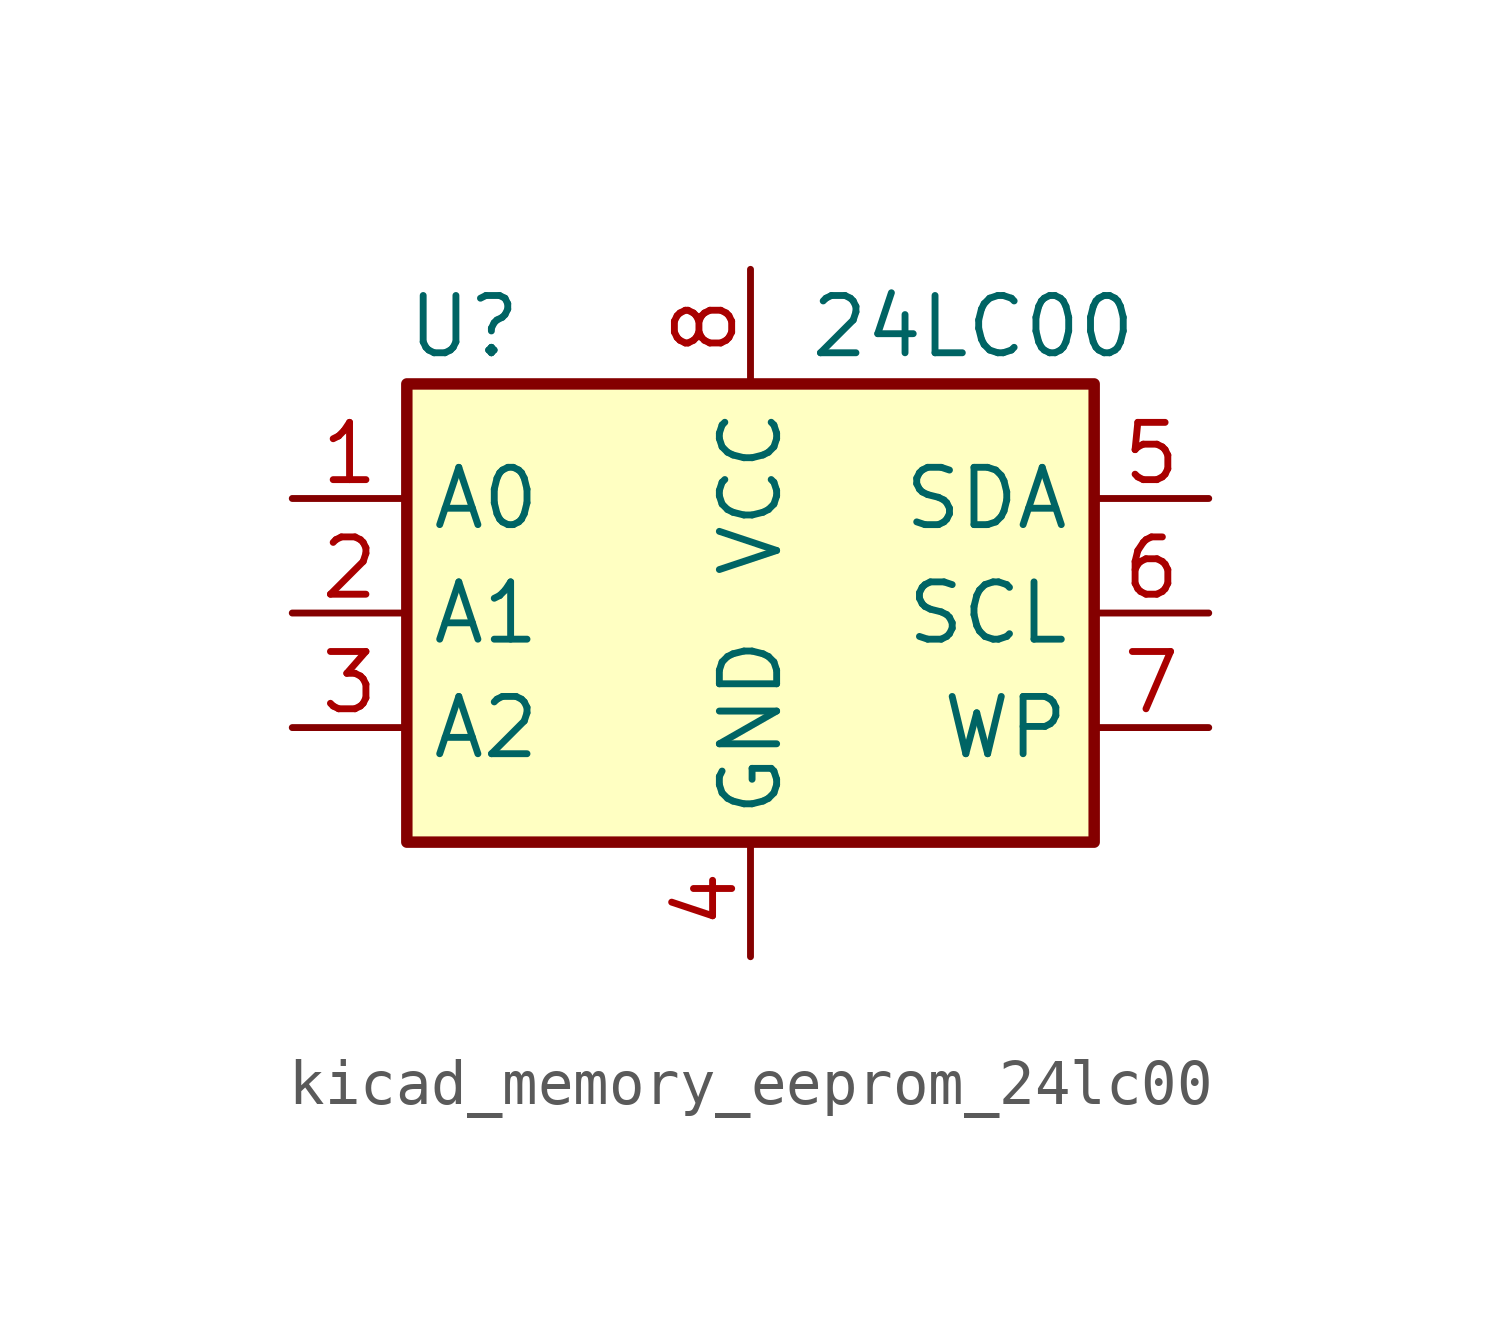
<source format=kicad_sym>
(kicad_symbol_lib
  (version 20220914)
  (generator kicad_symbol_editor)
  (symbol "kicad_memory_eeprom_24lc00"
    (property "Reference" "U"
      (at -6.35 6.35 0)
      (effects (font (size 1.27 1.27))))
    (property "Value" "24LC00"
      (at 1.27 6.35 0)
      (effects (font (size 1.27 1.27)) (justify left)))
    (symbol "kicad_memory_eeprom_24lc00_1_1"
      (rectangle (start -7.62 5.08) (end 7.62 -5.08) (stroke (width 0.254) (type default)) (fill (type background)))
      (pin input line (at -10.16 2.54 0) (length 2.54) (name "A0" (effects (font (size 1.27 1.27)))) (number "1" (effects (font (size 1.27 1.27)))))
      (pin input line (at -10.16 0 0) (length 2.54) (name "A1" (effects (font (size 1.27 1.27)))) (number "2" (effects (font (size 1.27 1.27)))))
      (pin input line (at -10.16 -2.54 0) (length 2.54) (name "A2" (effects (font (size 1.27 1.27)))) (number "3" (effects (font (size 1.27 1.27)))))
      (pin power_in line (at 0 -7.62 90) (length 2.54) (name "GND" (effects (font (size 1.27 1.27)))) (number "4" (effects (font (size 1.27 1.27)))))
      (pin bidirectional line (at 10.16 2.54 180) (length 2.54) (name "SDA" (effects (font (size 1.27 1.27)))) (number "5" (effects (font (size 1.27 1.27)))))
      (pin input line (at 10.16 0 180) (length 2.54) (name "SCL" (effects (font (size 1.27 1.27)))) (number "6" (effects (font (size 1.27 1.27)))))
      (pin input line (at 10.16 -2.54 180) (length 2.54) (name "WP" (effects (font (size 1.27 1.27)))) (number "7" (effects (font (size 1.27 1.27)))))
      (pin power_in line (at 0 7.62 270) (length 2.54) (name "VCC" (effects (font (size 1.27 1.27)))) (number "8" (effects (font (size 1.27 1.27))))))))
</source>
